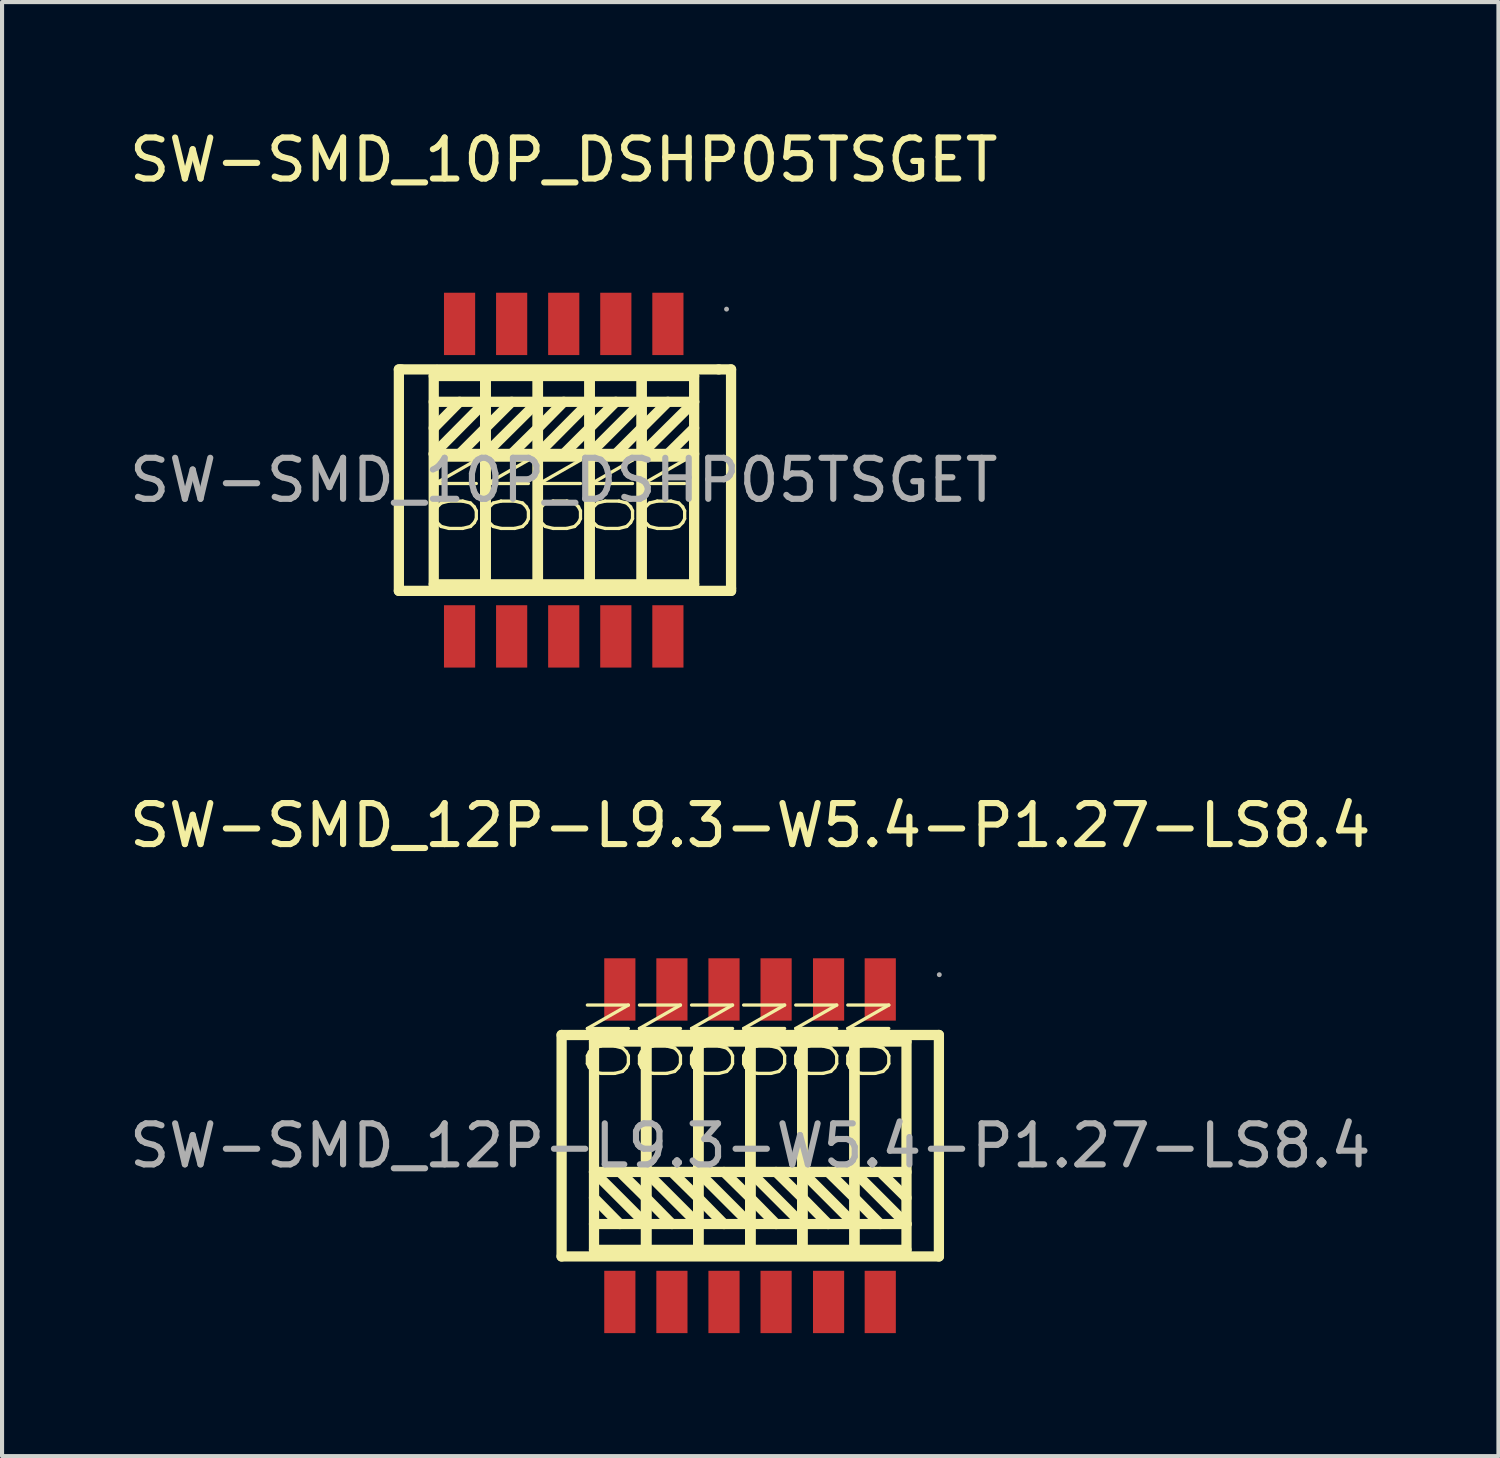
<source format=kicad_pcb>
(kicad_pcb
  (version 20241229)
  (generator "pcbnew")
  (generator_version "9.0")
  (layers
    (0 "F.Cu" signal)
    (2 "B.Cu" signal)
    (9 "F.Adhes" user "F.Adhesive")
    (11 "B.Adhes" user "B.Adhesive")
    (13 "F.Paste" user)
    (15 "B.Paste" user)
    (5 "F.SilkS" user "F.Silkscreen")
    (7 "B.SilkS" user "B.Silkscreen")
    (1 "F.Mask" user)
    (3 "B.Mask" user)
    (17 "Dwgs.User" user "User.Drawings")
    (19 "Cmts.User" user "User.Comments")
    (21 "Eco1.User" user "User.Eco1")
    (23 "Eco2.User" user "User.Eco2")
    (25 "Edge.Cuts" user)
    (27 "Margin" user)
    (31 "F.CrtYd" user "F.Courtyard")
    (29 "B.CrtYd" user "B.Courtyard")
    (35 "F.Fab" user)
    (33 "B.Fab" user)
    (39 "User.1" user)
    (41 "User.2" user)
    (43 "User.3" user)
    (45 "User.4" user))
  (footprint "SW-SMD_10P_DSHP05TSGET"
    (layer "F.Cu")
    (at 10.696 8.658)
    (property "Reference" "SW-SMD_10P_DSHP05TSGET" (at 0 -7.81 0) (layer "F.SilkS") (effects (font (size 1 1) (thickness 0.15))))
    (attr through_hole)
    (fp_line (start -4.02 -2.7) (end -4.02 2.7) (stroke (width 0.25) (type solid)) (layer "F.SilkS"))
    (fp_line (start -4.02 2.7) (end 4.08 2.7) (stroke (width 0.25) (type solid)) (layer "F.SilkS"))
    (fp_line (start -3.96 -2.7) (end -4.02 -2.7) (stroke (width 0.25) (type solid)) (layer "F.SilkS"))
    (fp_line (start -3.17 -2.54) (end -1.91 -2.54) (stroke (width 0.25) (type solid)) (layer "F.SilkS"))
    (fp_line (start -3.17 -1.27) (end -2.54 -1.91) (stroke (width 0.25) (type solid)) (layer "F.SilkS"))
    (fp_line (start -3.17 -0.64) (end -1.91 -1.91) (stroke (width 0.25) (type solid)) (layer "F.SilkS"))
    (fp_line (start -3.17 2.54) (end -3.17 -2.54) (stroke (width 0.25) (type solid)) (layer "F.SilkS"))
    (fp_line (start -3.12 -2.7) (end -3.96 -2.7) (stroke (width 0.25) (type solid)) (layer "F.SilkS"))
    (fp_line (start -2.54 -0.64) (end -1.91 -1.27) (stroke (width 0.25) (type solid)) (layer "F.SilkS"))
    (fp_line (start -1.91 -2.54) (end -1.91 2.54) (stroke (width 0.25) (type solid)) (layer "F.SilkS"))
    (fp_line (start -1.91 -2.54) (end -1.91 2.54) (stroke (width 0.25) (type solid)) (layer "F.SilkS"))
    (fp_line (start -1.91 -2.54) (end -0.63 -2.54) (stroke (width 0.25) (type solid)) (layer "F.SilkS"))
    (fp_line (start -1.91 -1.91) (end -3.17 -1.91) (stroke (width 0.25) (type solid)) (layer "F.SilkS"))
    (fp_line (start -1.91 -1.91) (end -0.63 -1.91) (stroke (width 0.25) (type solid)) (layer "F.SilkS"))
    (fp_line (start -1.91 -1.27) (end -1.27 -1.91) (stroke (width 0.25) (type solid)) (layer "F.SilkS"))
    (fp_line (start -1.91 -0.64) (end -3.17 -0.64) (stroke (width 0.25) (type solid)) (layer "F.SilkS"))
    (fp_line (start -1.91 -0.64) (end -0.63 -1.91) (stroke (width 0.25) (type solid)) (layer "F.SilkS"))
    (fp_line (start -1.91 2.54) (end -3.17 2.54) (stroke (width 0.25) (type solid)) (layer "F.SilkS"))
    (fp_line (start -1.91 2.54) (end -1.91 -2.54) (stroke (width 0.25) (type solid)) (layer "F.SilkS"))
    (fp_line (start -1.91 2.54) (end -1.91 -2.54) (stroke (width 0.25) (type solid)) (layer "F.SilkS"))
    (fp_line (start -1.91 2.54) (end -1.91 -2.54) (stroke (width 0.25) (type solid)) (layer "F.SilkS"))
    (fp_line (start -1.27 -0.64) (end -0.63 -1.27) (stroke (width 0.25) (type solid)) (layer "F.SilkS"))
    (fp_line (start -0.63 -2.54) (end -0.63 2.54) (stroke (width 0.25) (type solid)) (layer "F.SilkS"))
    (fp_line (start -0.63 -2.54) (end -0.63 2.54) (stroke (width 0.25) (type solid)) (layer "F.SilkS"))
    (fp_line (start -0.63 -2.54) (end -0.63 2.54) (stroke (width 0.25) (type solid)) (layer "F.SilkS"))
    (fp_line (start -0.63 -1.91) (end 0.63 -1.91) (stroke (width 0.25) (type solid)) (layer "F.SilkS"))
    (fp_line (start -0.63 -1.27) (end 0 -1.91) (stroke (width 0.25) (type solid)) (layer "F.SilkS"))
    (fp_line (start -0.63 -0.64) (end -1.91 -0.64) (stroke (width 0.25) (type solid)) (layer "F.SilkS"))
    (fp_line (start -0.63 -0.64) (end 0.63 -0.64) (stroke (width 0.25) (type solid)) (layer "F.SilkS"))
    (fp_line (start -0.63 2.54) (end -1.91 2.54) (stroke (width 0.25) (type solid)) (layer "F.SilkS"))
    (fp_line (start -0.63 2.54) (end -0.63 -2.54) (stroke (width 0.25) (type solid)) (layer "F.SilkS"))
    (fp_line (start -0.63 2.54) (end 0.63 2.54) (stroke (width 0.25) (type solid)) (layer "F.SilkS"))
    (fp_line (start 0 -0.64) (end 0.63 -1.27) (stroke (width 0.25) (type solid)) (layer "F.SilkS"))
    (fp_line (start 0.63 -2.54) (end -0.63 -2.54) (stroke (width 0.25) (type solid)) (layer "F.SilkS"))
    (fp_line (start 0.63 -2.54) (end 0.63 2.54) (stroke (width 0.25) (type solid)) (layer "F.SilkS"))
    (fp_line (start 0.63 -2.54) (end 0.63 2.54) (stroke (width 0.25) (type solid)) (layer "F.SilkS"))
    (fp_line (start 0.63 -1.91) (end -0.63 -0.64) (stroke (width 0.25) (type solid)) (layer "F.SilkS"))
    (fp_line (start 0.63 -1.27) (end 1.27 -1.91) (stroke (width 0.25) (type solid)) (layer "F.SilkS"))
    (fp_line (start 0.63 -0.64) (end 1.9 -0.64) (stroke (width 0.25) (type solid)) (layer "F.SilkS"))
    (fp_line (start 0.63 2.54) (end 0.63 -2.54) (stroke (width 0.25) (type solid)) (layer "F.SilkS"))
    (fp_line (start 0.63 2.54) (end 1.9 2.54) (stroke (width 0.25) (type solid)) (layer "F.SilkS"))
    (fp_line (start 1.27 -0.64) (end 1.9 -1.27) (stroke (width 0.25) (type solid)) (layer "F.SilkS"))
    (fp_line (start 1.9 -2.54) (end 0.63 -2.54) (stroke (width 0.25) (type solid)) (layer "F.SilkS"))
    (fp_line (start 1.9 -2.54) (end 3.18 -2.54) (stroke (width 0.25) (type solid)) (layer "F.SilkS"))
    (fp_line (start 1.9 -1.91) (end 0.63 -1.91) (stroke (width 0.25) (type solid)) (layer "F.SilkS"))
    (fp_line (start 1.9 -1.91) (end 0.63 -0.64) (stroke (width 0.25) (type solid)) (layer "F.SilkS"))
    (fp_line (start 1.9 -1.27) (end 2.54 -1.91) (stroke (width 0.25) (type solid)) (layer "F.SilkS"))
    (fp_line (start 1.9 -0.64) (end 3.18 -1.91) (stroke (width 0.25) (type solid)) (layer "F.SilkS"))
    (fp_line (start 1.9 2.54) (end 1.9 -2.54) (stroke (width 0.25) (type solid)) (layer "F.SilkS"))
    (fp_line (start 1.9 2.54) (end 1.9 -2.54) (stroke (width 0.25) (type solid)) (layer "F.SilkS"))
    (fp_line (start 2.54 -0.64) (end 3.18 -1.27) (stroke (width 0.25) (type solid)) (layer "F.SilkS"))
    (fp_line (start 3.18 -2.54) (end 3.18 2.54) (stroke (width 0.25) (type solid)) (layer "F.SilkS"))
    (fp_line (start 3.18 -1.91) (end 1.9 -1.91) (stroke (width 0.25) (type solid)) (layer "F.SilkS"))
    (fp_line (start 3.18 -0.64) (end 1.9 -0.64) (stroke (width 0.25) (type solid)) (layer "F.SilkS"))
    (fp_line (start 3.18 2.54) (end 1.9 2.54) (stroke (width 0.25) (type solid)) (layer "F.SilkS"))
    (fp_line (start 3.78 -2.7) (end -3.06 -2.7) (stroke (width 0.25) (type solid)) (layer "F.SilkS"))
    (fp_line (start 4.08 -2.7) (end 3.78 -2.7) (stroke (width 0.25) (type solid)) (layer "F.SilkS"))
    (fp_line (start 4.08 2.64) (end 4.08 -2.7) (stroke (width 0.25) (type solid)) (layer "F.SilkS"))
    (fp_line (start 4.08 2.7) (end 4.08 2.64) (stroke (width 0.25) (type solid)) (layer "F.SilkS"))
    (fp_circle (center 3.97 -4.17) (end 4 -4.17) (stroke (width 0.06) (type solid)) (fill no) (layer "F.Fab"))
    (fp_text user "ON" (at -0.05 1.42 270) (layer "F.SilkS") (effects (font (size 1 1) (thickness 0.08)) (justify left)))
    (fp_text user "ON" (at 1.22 1.42 270) (layer "F.SilkS") (effects (font (size 1 1) (thickness 0.08)) (justify left)))
    (fp_text user "ON" (at 2.49 1.42 270) (layer "F.SilkS") (effects (font (size 1 1) (thickness 0.08)) (justify left)))
    (fp_text user "ON" (at -2.59 1.42 270) (layer "F.SilkS") (effects (font (size 1 1) (thickness 0.08)) (justify left)))
    (fp_text user "ON" (at -1.32 1.42 270) (layer "F.SilkS") (effects (font (size 1 1) (thickness 0.08)) (justify left)))
    (fp_text user "${REFERENCE}" (at 0 0 0) (layer "F.Fab") (effects (font (size 1 1) (thickness 0.15))))
    (pad "1" smd rect (at 2.54 -3.81 270) (size 1.52 0.76) (layers "F.Cu" "F.Mask" "F.Paste"))
    (pad "2" smd rect (at 1.27 -3.81 270) (size 1.52 0.76) (layers "F.Cu" "F.Mask" "F.Paste"))
    (pad "3" smd rect (at 0 -3.81 270) (size 1.52 0.76) (layers "F.Cu" "F.Mask" "F.Paste"))
    (pad "4" smd rect (at -1.27 -3.81 270) (size 1.52 0.76) (layers "F.Cu" "F.Mask" "F.Paste"))
    (pad "5" smd rect (at -2.54 -3.81 270) (size 1.52 0.76) (layers "F.Cu" "F.Mask" "F.Paste"))
    (pad "6" smd rect (at -2.54 3.81 270) (size 1.52 0.76) (layers "F.Cu" "F.Mask" "F.Paste"))
    (pad "7" smd rect (at -1.27 3.81 270) (size 1.52 0.76) (layers "F.Cu" "F.Mask" "F.Paste"))
    (pad "8" smd rect (at 0 3.81 270) (size 1.52 0.76) (layers "F.Cu" "F.Mask" "F.Paste"))
    (pad "9" smd rect (at 1.27 3.81 270) (size 1.52 0.76) (layers "F.Cu" "F.Mask" "F.Paste"))
    (pad "10" smd rect (at 2.54 3.81 270) (size 1.52 0.76) (layers "F.Cu" "F.Mask" "F.Paste")))
  (footprint "SW-SMD_12P-L9.3-W5.4-P1.27-LS8.4"
    (layer "F.Cu")
    (at 15.244 24.887)
    (property "Reference" "SW-SMD_12P-L9.3-W5.4-P1.27-LS8.4" (at 0 -7.81 0) (layer "F.SilkS") (effects (font (size 1 1) (thickness 0.15))))
    (attr through_hole)
    (fp_line (start -4.6 -2.7) (end 4.6 -2.7) (stroke (width 0.25) (type solid)) (layer "F.SilkS"))
    (fp_line (start -4.6 2.7) (end -4.6 -2.7) (stroke (width 0.25) (type solid)) (layer "F.SilkS"))
    (fp_line (start -3.81 -2.54) (end -3.81 2.54) (stroke (width 0.25) (type solid)) (layer "F.SilkS"))
    (fp_line (start -3.81 0.64) (end -2.54 1.91) (stroke (width 0.25) (type solid)) (layer "F.SilkS"))
    (fp_line (start -3.81 1.27) (end -3.18 1.91) (stroke (width 0.25) (type solid)) (layer "F.SilkS"))
    (fp_line (start -3.81 1.91) (end -2.54 1.91) (stroke (width 0.25) (type solid)) (layer "F.SilkS"))
    (fp_line (start -3.81 2.54) (end -2.54 2.54) (stroke (width 0.25) (type solid)) (layer "F.SilkS"))
    (fp_line (start -3.18 0.64) (end -2.54 1.27) (stroke (width 0.25) (type solid)) (layer "F.SilkS"))
    (fp_line (start -2.54 -2.54) (end -3.81 -2.54) (stroke (width 0.25) (type solid)) (layer "F.SilkS"))
    (fp_line (start -2.54 -2.54) (end -2.54 2.54) (stroke (width 0.25) (type solid)) (layer "F.SilkS"))
    (fp_line (start -2.54 -2.54) (end -2.54 2.54) (stroke (width 0.25) (type solid)) (layer "F.SilkS"))
    (fp_line (start -2.54 -2.54) (end -1.27 -2.54) (stroke (width 0.25) (type solid)) (layer "F.SilkS"))
    (fp_line (start -2.54 0.64) (end -3.81 0.64) (stroke (width 0.25) (type solid)) (layer "F.SilkS"))
    (fp_line (start -2.54 0.64) (end -1.27 1.91) (stroke (width 0.25) (type solid)) (layer "F.SilkS"))
    (fp_line (start -2.54 1.27) (end -1.91 1.91) (stroke (width 0.25) (type solid)) (layer "F.SilkS"))
    (fp_line (start -2.54 1.91) (end -1.27 1.91) (stroke (width 0.25) (type solid)) (layer "F.SilkS"))
    (fp_line (start -2.54 2.54) (end -2.54 -2.54) (stroke (width 0.25) (type solid)) (layer "F.SilkS"))
    (fp_line (start -2.54 2.54) (end -2.54 -2.54) (stroke (width 0.25) (type solid)) (layer "F.SilkS"))
    (fp_line (start -2.54 2.54) (end -2.54 -2.54) (stroke (width 0.25) (type solid)) (layer "F.SilkS"))
    (fp_line (start -2.54 2.54) (end -2.54 -2.54) (stroke (width 0.25) (type solid)) (layer "F.SilkS"))
    (fp_line (start -1.91 0.64) (end -1.27 1.27) (stroke (width 0.25) (type solid)) (layer "F.SilkS"))
    (fp_line (start -1.27 -2.54) (end -1.27 2.54) (stroke (width 0.25) (type solid)) (layer "F.SilkS"))
    (fp_line (start -1.27 -2.54) (end -1.27 2.54) (stroke (width 0.25) (type solid)) (layer "F.SilkS"))
    (fp_line (start -1.27 -2.54) (end -1.27 2.54) (stroke (width 0.25) (type solid)) (layer "F.SilkS"))
    (fp_line (start -1.27 0.64) (end -2.54 0.64) (stroke (width 0.25) (type solid)) (layer "F.SilkS"))
    (fp_line (start -1.27 0.64) (end 0 1.91) (stroke (width 0.25) (type solid)) (layer "F.SilkS"))
    (fp_line (start -1.27 1.27) (end -0.64 1.91) (stroke (width 0.25) (type solid)) (layer "F.SilkS"))
    (fp_line (start -1.27 1.91) (end 0 1.91) (stroke (width 0.25) (type solid)) (layer "F.SilkS"))
    (fp_line (start -1.27 2.54) (end -2.54 2.54) (stroke (width 0.25) (type solid)) (layer "F.SilkS"))
    (fp_line (start -1.27 2.54) (end -1.27 -2.54) (stroke (width 0.25) (type solid)) (layer "F.SilkS"))
    (fp_line (start -1.27 2.54) (end -1.27 -2.54) (stroke (width 0.25) (type solid)) (layer "F.SilkS"))
    (fp_line (start -1.27 2.54) (end 0 2.54) (stroke (width 0.25) (type solid)) (layer "F.SilkS"))
    (fp_line (start -0.64 0.64) (end 0 1.27) (stroke (width 0.25) (type solid)) (layer "F.SilkS"))
    (fp_line (start 0 -2.54) (end -1.27 -2.54) (stroke (width 0.25) (type solid)) (layer "F.SilkS"))
    (fp_line (start 0 -2.54) (end 0 2.54) (stroke (width 0.25) (type solid)) (layer "F.SilkS"))
    (fp_line (start 0 -2.54) (end 0 2.54) (stroke (width 0.25) (type solid)) (layer "F.SilkS"))
    (fp_line (start 0 0.64) (end -1.27 0.64) (stroke (width 0.25) (type solid)) (layer "F.SilkS"))
    (fp_line (start 0 0.64) (end 1.27 0.64) (stroke (width 0.25) (type solid)) (layer "F.SilkS"))
    (fp_line (start 0 1.27) (end 0.63 1.91) (stroke (width 0.25) (type solid)) (layer "F.SilkS"))
    (fp_line (start 0 1.91) (end 1.27 1.91) (stroke (width 0.25) (type solid)) (layer "F.SilkS"))
    (fp_line (start 0 2.54) (end 0 -2.54) (stroke (width 0.25) (type solid)) (layer "F.SilkS"))
    (fp_line (start 0 2.54) (end 0 -2.54) (stroke (width 0.25) (type solid)) (layer "F.SilkS"))
    (fp_line (start 0 2.54) (end 1.27 2.54) (stroke (width 0.25) (type solid)) (layer "F.SilkS"))
    (fp_line (start 0.63 0.64) (end 1.27 1.27) (stroke (width 0.25) (type solid)) (layer "F.SilkS"))
    (fp_line (start 1.27 -2.54) (end 0 -2.54) (stroke (width 0.25) (type solid)) (layer "F.SilkS"))
    (fp_line (start 1.27 -2.54) (end 1.27 2.54) (stroke (width 0.25) (type solid)) (layer "F.SilkS"))
    (fp_line (start 1.27 -2.54) (end 2.54 -2.54) (stroke (width 0.25) (type solid)) (layer "F.SilkS"))
    (fp_line (start 1.27 0.64) (end 2.54 0.64) (stroke (width 0.25) (type solid)) (layer "F.SilkS"))
    (fp_line (start 1.27 0.64) (end 2.54 1.91) (stroke (width 0.25) (type solid)) (layer "F.SilkS"))
    (fp_line (start 1.27 1.27) (end 1.9 1.91) (stroke (width 0.25) (type solid)) (layer "F.SilkS"))
    (fp_line (start 1.27 1.91) (end 0 0.64) (stroke (width 0.25) (type solid)) (layer "F.SilkS"))
    (fp_line (start 1.27 2.54) (end 1.27 -2.54) (stroke (width 0.25) (type solid)) (layer "F.SilkS"))
    (fp_line (start 1.27 2.54) (end 1.27 -2.54) (stroke (width 0.25) (type solid)) (layer "F.SilkS"))
    (fp_line (start 1.9 0.64) (end 2.54 1.27) (stroke (width 0.25) (type solid)) (layer "F.SilkS"))
    (fp_line (start 2.54 -2.54) (end 2.54 2.54) (stroke (width 0.25) (type solid)) (layer "F.SilkS"))
    (fp_line (start 2.54 -2.54) (end 3.81 -2.54) (stroke (width 0.25) (type solid)) (layer "F.SilkS"))
    (fp_line (start 2.54 0.64) (end 3.81 0.64) (stroke (width 0.25) (type solid)) (layer "F.SilkS"))
    (fp_line (start 2.54 0.64) (end 3.81 1.91) (stroke (width 0.25) (type solid)) (layer "F.SilkS"))
    (fp_line (start 2.54 1.27) (end 3.17 1.91) (stroke (width 0.25) (type solid)) (layer "F.SilkS"))
    (fp_line (start 2.54 1.91) (end 1.27 1.91) (stroke (width 0.25) (type solid)) (layer "F.SilkS"))
    (fp_line (start 2.54 2.54) (end 1.27 2.54) (stroke (width 0.25) (type solid)) (layer "F.SilkS"))
    (fp_line (start 2.54 2.54) (end 2.54 -2.54) (stroke (width 0.25) (type solid)) (layer "F.SilkS"))
    (fp_line (start 3.17 0.64) (end 3.81 1.27) (stroke (width 0.25) (type solid)) (layer "F.SilkS"))
    (fp_line (start 3.81 -2.54) (end 3.81 2.54) (stroke (width 0.25) (type solid)) (layer "F.SilkS"))
    (fp_line (start 3.81 1.91) (end 2.54 1.91) (stroke (width 0.25) (type solid)) (layer "F.SilkS"))
    (fp_line (start 3.81 2.54) (end 2.54 2.54) (stroke (width 0.25) (type solid)) (layer "F.SilkS"))
    (fp_line (start 4.6 -2.7) (end 4.6 2.7) (stroke (width 0.25) (type solid)) (layer "F.SilkS"))
    (fp_line (start 4.6 2.7) (end -4.6 2.7) (stroke (width 0.25) (type solid)) (layer "F.SilkS"))
    (fp_circle (center 4.61 -4.17) (end 4.64 -4.17) (stroke (width 0.06) (type solid)) (fill no) (layer "F.Fab"))
    (fp_text user "ON" (at 1.65 -1.52 270) (layer "F.SilkS") (effects (font (size 1 1) (thickness 0.08)) (justify left)))
    (fp_text user "ON" (at -3.43 -1.52 270) (layer "F.SilkS") (effects (font (size 1 1) (thickness 0.08)) (justify left)))
    (fp_text user "ON" (at -2.16 -1.52 270) (layer "F.SilkS") (effects (font (size 1 1) (thickness 0.08)) (justify left)))
    (fp_text user "ON" (at -0.89 -1.52 270) (layer "F.SilkS") (effects (font (size 1 1) (thickness 0.08)) (justify left)))
    (fp_text user "ON" (at 0.38 -1.52 270) (layer "F.SilkS") (effects (font (size 1 1) (thickness 0.08)) (justify left)))
    (fp_text user "ON" (at 2.92 -1.52 270) (layer "F.SilkS") (effects (font (size 1 1) (thickness 0.08)) (justify left)))
    (fp_text user "${REFERENCE}" (at 0 0 0) (layer "F.Fab") (effects (font (size 1 1) (thickness 0.15))))
    (pad "1" smd rect (at 3.17 -3.81 270) (size 1.52 0.76) (layers "F.Cu" "F.Mask" "F.Paste"))
    (pad "2" smd rect (at 1.91 -3.81 270) (size 1.52 0.76) (layers "F.Cu" "F.Mask" "F.Paste"))
    (pad "3" smd rect (at 0.63 -3.81 270) (size 1.52 0.76) (layers "F.Cu" "F.Mask" "F.Paste"))
    (pad "4" smd rect (at -0.64 -3.81 270) (size 1.52 0.76) (layers "F.Cu" "F.Mask" "F.Paste"))
    (pad "5" smd rect (at -1.91 -3.81 270) (size 1.52 0.76) (layers "F.Cu" "F.Mask" "F.Paste"))
    (pad "6" smd rect (at -3.18 -3.81 270) (size 1.52 0.76) (layers "F.Cu" "F.Mask" "F.Paste"))
    (pad "7" smd rect (at -3.18 3.81 270) (size 1.52 0.76) (layers "F.Cu" "F.Mask" "F.Paste"))
    (pad "8" smd rect (at -1.91 3.81 270) (size 1.52 0.76) (layers "F.Cu" "F.Mask" "F.Paste"))
    (pad "9" smd rect (at -0.64 3.81 270) (size 1.52 0.76) (layers "F.Cu" "F.Mask" "F.Paste"))
    (pad "10" smd rect (at 0.63 3.81 270) (size 1.52 0.76) (layers "F.Cu" "F.Mask" "F.Paste"))
    (pad "11" smd rect (at 1.91 3.81 270) (size 1.52 0.76) (layers "F.Cu" "F.Mask" "F.Paste"))
    (pad "12" smd rect (at 3.17 3.81 270) (size 1.52 0.76) (layers "F.Cu" "F.Mask" "F.Paste")))
  (gr_rect
    (start -3 -3)
    (end 33.488 32.456)
    (stroke (width 0.1) (type default))
    (fill no)
    (layer "Edge.Cuts")))
</source>
